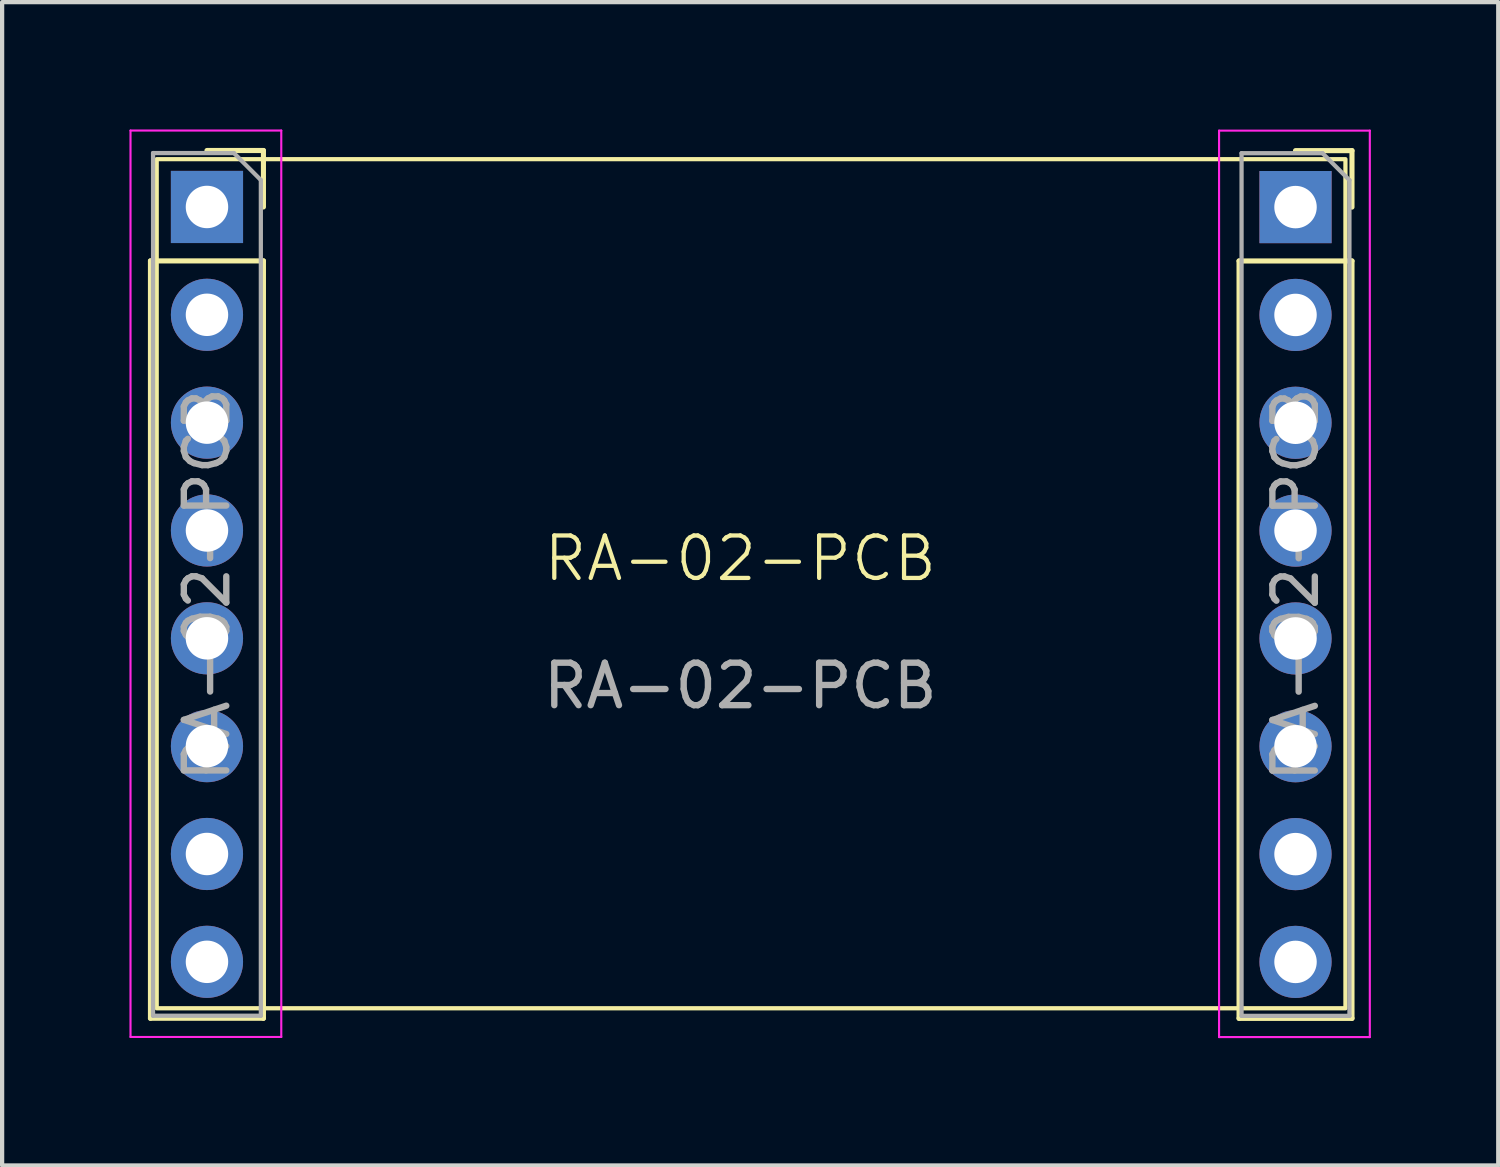
<source format=kicad_pcb>
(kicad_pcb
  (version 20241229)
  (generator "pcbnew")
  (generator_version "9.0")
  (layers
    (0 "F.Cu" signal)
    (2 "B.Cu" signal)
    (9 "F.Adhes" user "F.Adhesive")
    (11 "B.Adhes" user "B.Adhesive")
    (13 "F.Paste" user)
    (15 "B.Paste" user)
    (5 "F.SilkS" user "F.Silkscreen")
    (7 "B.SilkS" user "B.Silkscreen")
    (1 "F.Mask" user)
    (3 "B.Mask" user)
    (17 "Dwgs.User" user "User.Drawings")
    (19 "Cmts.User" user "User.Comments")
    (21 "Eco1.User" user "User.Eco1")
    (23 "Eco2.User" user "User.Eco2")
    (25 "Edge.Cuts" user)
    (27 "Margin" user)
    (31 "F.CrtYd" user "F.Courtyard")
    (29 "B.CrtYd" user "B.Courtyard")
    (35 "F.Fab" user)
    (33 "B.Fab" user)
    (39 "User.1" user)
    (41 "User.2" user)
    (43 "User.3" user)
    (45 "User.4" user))
  (footprint "RA-02-PCB"
    (layer "F.Cu")
    (at 14.387 10.605)
    (property "Reference" "RA-02-PCB" (at 0 -0.5 0) (unlocked yes) (layer "F.SilkS") (effects (font (size 1 1) (thickness 0.1))))
    (attr through_hole)
    (fp_line (start -13.893 -7.51) (end -13.893 10.33) (stroke (width 0.12) (type solid)) (layer "F.SilkS"))
    (fp_line (start -13.893 -7.51) (end -11.232 -7.51) (stroke (width 0.12) (type solid)) (layer "F.SilkS"))
    (fp_line (start -13.893 10.33) (end -11.232 10.33) (stroke (width 0.12) (type solid)) (layer "F.SilkS"))
    (fp_line (start -12.562 -10.11) (end -11.232 -10.11) (stroke (width 0.12) (type solid)) (layer "F.SilkS"))
    (fp_line (start -11.232 -10.11) (end -11.232 -8.78) (stroke (width 0.12) (type solid)) (layer "F.SilkS"))
    (fp_line (start -11.232 -7.51) (end -11.232 10.33) (stroke (width 0.12) (type solid)) (layer "F.SilkS"))
    (fp_line (start 11.748 -7.508) (end 11.748 10.332) (stroke (width 0.12) (type solid)) (layer "F.SilkS"))
    (fp_line (start 11.748 -7.508) (end 14.408 -7.508) (stroke (width 0.12) (type solid)) (layer "F.SilkS"))
    (fp_line (start 11.748 10.332) (end 14.408 10.332) (stroke (width 0.12) (type solid)) (layer "F.SilkS"))
    (fp_line (start 13.078 -10.107) (end 14.408 -10.107) (stroke (width 0.12) (type solid)) (layer "F.SilkS"))
    (fp_line (start 14.408 -10.107) (end 14.408 -8.777) (stroke (width 0.12) (type solid)) (layer "F.SilkS"))
    (fp_line (start 14.408 -7.508) (end 14.408 10.332) (stroke (width 0.12) (type solid)) (layer "F.SilkS"))
    (fp_rect (start -13.746 -9.906) (end 14.254 10.094) (stroke (width 0.1) (type default)) (fill no) (layer "F.SilkS"))
    (fp_line (start -14.363 -10.58) (end -10.812 -10.58) (stroke (width 0.05) (type solid)) (layer "F.CrtYd"))
    (fp_line (start -14.363 10.77) (end -14.363 -10.58) (stroke (width 0.05) (type solid)) (layer "F.CrtYd"))
    (fp_line (start -10.812 -10.58) (end -10.812 10.77) (stroke (width 0.05) (type solid)) (layer "F.CrtYd"))
    (fp_line (start -10.812 10.77) (end -14.363 10.77) (stroke (width 0.05) (type solid)) (layer "F.CrtYd"))
    (fp_line (start 11.277 -10.578) (end 14.828 -10.578) (stroke (width 0.05) (type solid)) (layer "F.CrtYd"))
    (fp_line (start 11.277 10.773) (end 11.277 -10.578) (stroke (width 0.05) (type solid)) (layer "F.CrtYd"))
    (fp_line (start 14.828 -10.578) (end 14.828 10.773) (stroke (width 0.05) (type solid)) (layer "F.CrtYd"))
    (fp_line (start 14.828 10.773) (end 11.277 10.773) (stroke (width 0.05) (type solid)) (layer "F.CrtYd"))
    (fp_line (start -13.832 -10.05) (end -11.928 -10.05) (stroke (width 0.1) (type solid)) (layer "F.Fab"))
    (fp_line (start -13.832 10.27) (end -13.832 -10.05) (stroke (width 0.1) (type solid)) (layer "F.Fab"))
    (fp_line (start -11.928 -10.05) (end -11.293 -9.415) (stroke (width 0.1) (type solid)) (layer "F.Fab"))
    (fp_line (start -11.293 -9.415) (end -11.293 10.27) (stroke (width 0.1) (type solid)) (layer "F.Fab"))
    (fp_line (start -11.293 10.27) (end -13.832 10.27) (stroke (width 0.1) (type solid)) (layer "F.Fab"))
    (fp_line (start 11.807 -10.047) (end 13.713 -10.047) (stroke (width 0.1) (type solid)) (layer "F.Fab"))
    (fp_line (start 11.807 10.273) (end 11.807 -10.047) (stroke (width 0.1) (type solid)) (layer "F.Fab"))
    (fp_line (start 13.713 -10.047) (end 14.348 -9.412) (stroke (width 0.1) (type solid)) (layer "F.Fab"))
    (fp_line (start 14.348 -9.412) (end 14.348 10.273) (stroke (width 0.1) (type solid)) (layer "F.Fab"))
    (fp_line (start 14.348 10.273) (end 11.807 10.273) (stroke (width 0.1) (type solid)) (layer "F.Fab"))
    (fp_text user "${REFERENCE}" (at 13.078 0.113 90) (layer "F.Fab") (effects (font (size 1 1) (thickness 0.15))))
    (fp_text user "${REFERENCE}" (at -12.562 0.11 90) (layer "F.Fab") (effects (font (size 1 1) (thickness 0.15))))
    (fp_text user "${REFERENCE}" (at 0 2.5 0) (unlocked yes) (layer "F.Fab") (effects (font (size 1 1) (thickness 0.15))))
    (pad "1" thru_hole rect (at -12.562 -8.78) (size 1.7 1.7) (drill 1) (layers "*.Cu" "*.Mask"))
    (pad "2" thru_hole oval (at -12.562 -6.24) (size 1.7 1.7) (drill 1) (layers "*.Cu" "*.Mask"))
    (pad "3" thru_hole oval (at -12.562 -3.7) (size 1.7 1.7) (drill 1) (layers "*.Cu" "*.Mask"))
    (pad "4" thru_hole oval (at -12.562 -1.16) (size 1.7 1.7) (drill 1) (layers "*.Cu" "*.Mask"))
    (pad "5" thru_hole oval (at -12.562 1.38) (size 1.7 1.7) (drill 1) (layers "*.Cu" "*.Mask"))
    (pad "6" thru_hole oval (at -12.562 3.92) (size 1.7 1.7) (drill 1) (layers "*.Cu" "*.Mask"))
    (pad "7" thru_hole oval (at -12.562 6.46) (size 1.7 1.7) (drill 1) (layers "*.Cu" "*.Mask"))
    (pad "8" thru_hole oval (at -12.562 9) (size 1.7 1.7) (drill 1) (layers "*.Cu" "*.Mask"))
    (pad "9" thru_hole rect (at 13.078 -8.777) (size 1.7 1.7) (drill 1) (layers "*.Cu" "*.Mask"))
    (pad "10" thru_hole oval (at 13.078 -6.237) (size 1.7 1.7) (drill 1) (layers "*.Cu" "*.Mask"))
    (pad "11" thru_hole oval (at 13.078 -3.697) (size 1.7 1.7) (drill 1) (layers "*.Cu" "*.Mask"))
    (pad "12" thru_hole oval (at 13.078 -1.157) (size 1.7 1.7) (drill 1) (layers "*.Cu" "*.Mask"))
    (pad "13" thru_hole oval (at 13.078 1.383) (size 1.7 1.7) (drill 1) (layers "*.Cu" "*.Mask"))
    (pad "14" thru_hole oval (at 13.078 3.922) (size 1.7 1.7) (drill 1) (layers "*.Cu" "*.Mask"))
    (pad "15" thru_hole oval (at 13.078 6.463) (size 1.7 1.7) (drill 1) (layers "*.Cu" "*.Mask"))
    (pad "16" thru_hole oval (at 13.078 9.002) (size 1.7 1.7) (drill 1) (layers "*.Cu" "*.Mask")))
  (gr_rect
    (start -3 -3)
    (end 32.24 24.402)
    (stroke (width 0.1) (type default))
    (fill no)
    (layer "Edge.Cuts")))
</source>
